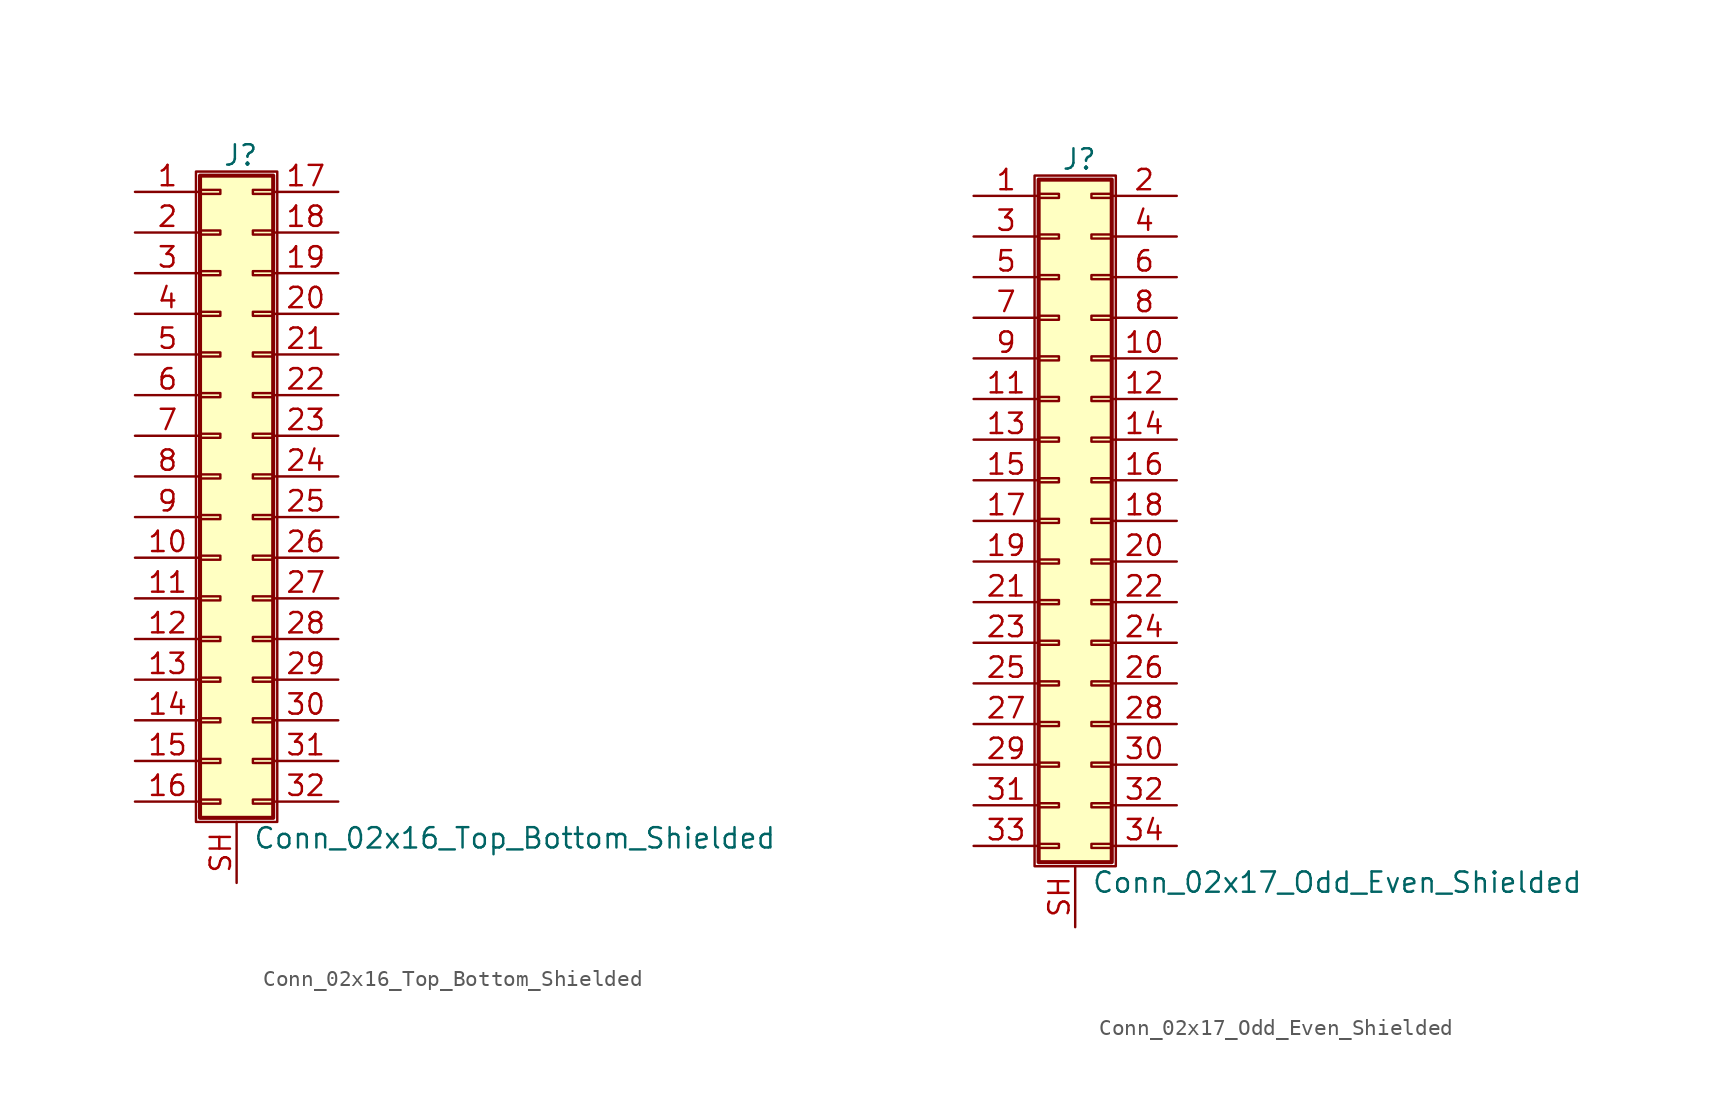
<source format=kicad_sym>
(kicad_symbol_lib
  (version 20220914)
  (generator kicad_symbol_editor)
  (symbol "Conn_02x16_Top_Bottom_Shielded"
    (pin_names
      (offset 1.016) hide)
    (property "Reference" "J"
      (at 1.524 20.066 0)
      (effects (font (size 1.27 1.27))))
    (property "Value" "Conn_02x16_Top_Bottom_Shielded"
      (at 2.286 -22.606 0)
      (effects (font (size 1.27 1.27)) (justify left)))
    (symbol "Conn_02x16_Top_Bottom_Shielded_1_1"
      (rectangle (start -1.27 19.05) (end 3.81 -21.59) (stroke (width 0.152) (type default)) (fill (type none)))
      (rectangle (start -1.016 -20.193) (end 0.254 -20.447) (stroke (width 0.152) (type default)) (fill (type none)))
      (rectangle (start -1.016 -17.653) (end 0.254 -17.907) (stroke (width 0.152) (type default)) (fill (type none)))
      (rectangle (start -1.016 -15.113) (end 0.254 -15.367) (stroke (width 0.152) (type default)) (fill (type none)))
      (rectangle (start -1.016 -12.573) (end 0.254 -12.827) (stroke (width 0.152) (type default)) (fill (type none)))
      (rectangle (start -1.016 -10.033) (end 0.254 -10.287) (stroke (width 0.152) (type default)) (fill (type none)))
      (rectangle (start -1.016 -7.493) (end 0.254 -7.747) (stroke (width 0.152) (type default)) (fill (type none)))
      (rectangle (start -1.016 -4.953) (end 0.254 -5.207) (stroke (width 0.152) (type default)) (fill (type none)))
      (rectangle (start -1.016 -2.413) (end 0.254 -2.667) (stroke (width 0.152) (type default)) (fill (type none)))
      (rectangle (start -1.016 0.127) (end 0.254 -0.127) (stroke (width 0.152) (type default)) (fill (type none)))
      (rectangle (start -1.016 2.667) (end 0.254 2.413) (stroke (width 0.152) (type default)) (fill (type none)))
      (rectangle (start -1.016 5.207) (end 0.254 4.953) (stroke (width 0.152) (type default)) (fill (type none)))
      (rectangle (start -1.016 7.747) (end 0.254 7.493) (stroke (width 0.152) (type default)) (fill (type none)))
      (rectangle (start -1.016 10.287) (end 0.254 10.033) (stroke (width 0.152) (type default)) (fill (type none)))
      (rectangle (start -1.016 12.827) (end 0.254 12.573) (stroke (width 0.152) (type default)) (fill (type none)))
      (rectangle (start -1.016 15.367) (end 0.254 15.113) (stroke (width 0.152) (type default)) (fill (type none)))
      (rectangle (start -1.016 17.907) (end 0.254 17.653) (stroke (width 0.152) (type default)) (fill (type none)))
      (rectangle (start -1.016 18.796) (end 3.556 -21.336) (stroke (width 0.254) (type default)) (fill (type background)))
      (rectangle (start 3.556 -20.193) (end 2.286 -20.447) (stroke (width 0.152) (type default)) (fill (type none)))
      (rectangle (start 3.556 -17.653) (end 2.286 -17.907) (stroke (width 0.152) (type default)) (fill (type none)))
      (rectangle (start 3.556 -15.113) (end 2.286 -15.367) (stroke (width 0.152) (type default)) (fill (type none)))
      (rectangle (start 3.556 -12.573) (end 2.286 -12.827) (stroke (width 0.152) (type default)) (fill (type none)))
      (rectangle (start 3.556 -10.033) (end 2.286 -10.287) (stroke (width 0.152) (type default)) (fill (type none)))
      (rectangle (start 3.556 -7.493) (end 2.286 -7.747) (stroke (width 0.152) (type default)) (fill (type none)))
      (rectangle (start 3.556 -4.953) (end 2.286 -5.207) (stroke (width 0.152) (type default)) (fill (type none)))
      (rectangle (start 3.556 -2.413) (end 2.286 -2.667) (stroke (width 0.152) (type default)) (fill (type none)))
      (rectangle (start 3.556 0.127) (end 2.286 -0.127) (stroke (width 0.152) (type default)) (fill (type none)))
      (rectangle (start 3.556 2.667) (end 2.286 2.413) (stroke (width 0.152) (type default)) (fill (type none)))
      (rectangle (start 3.556 5.207) (end 2.286 4.953) (stroke (width 0.152) (type default)) (fill (type none)))
      (rectangle (start 3.556 7.747) (end 2.286 7.493) (stroke (width 0.152) (type default)) (fill (type none)))
      (rectangle (start 3.556 10.287) (end 2.286 10.033) (stroke (width 0.152) (type default)) (fill (type none)))
      (rectangle (start 3.556 12.827) (end 2.286 12.573) (stroke (width 0.152) (type default)) (fill (type none)))
      (rectangle (start 3.556 15.367) (end 2.286 15.113) (stroke (width 0.152) (type default)) (fill (type none)))
      (rectangle (start 3.556 17.907) (end 2.286 17.653) (stroke (width 0.152) (type default)) (fill (type none)))
      (pin passive line (at -5.08 17.78 0) (length 4.064) (name "Pin_1" (effects (font (size 1.27 1.27)))) (number "1" (effects (font (size 1.27 1.27)))))
      (pin passive line (at -5.08 -5.08 0) (length 4.064) (name "Pin_10" (effects (font (size 1.27 1.27)))) (number "10" (effects (font (size 1.27 1.27)))))
      (pin passive line (at -5.08 -7.62 0) (length 4.064) (name "Pin_11" (effects (font (size 1.27 1.27)))) (number "11" (effects (font (size 1.27 1.27)))))
      (pin passive line (at -5.08 -10.16 0) (length 4.064) (name "Pin_12" (effects (font (size 1.27 1.27)))) (number "12" (effects (font (size 1.27 1.27)))))
      (pin passive line (at -5.08 -12.7 0) (length 4.064) (name "Pin_13" (effects (font (size 1.27 1.27)))) (number "13" (effects (font (size 1.27 1.27)))))
      (pin passive line (at -5.08 -15.24 0) (length 4.064) (name "Pin_14" (effects (font (size 1.27 1.27)))) (number "14" (effects (font (size 1.27 1.27)))))
      (pin passive line (at -5.08 -17.78 0) (length 4.064) (name "Pin_15" (effects (font (size 1.27 1.27)))) (number "15" (effects (font (size 1.27 1.27)))))
      (pin passive line (at -5.08 -20.32 0) (length 4.064) (name "Pin_16" (effects (font (size 1.27 1.27)))) (number "16" (effects (font (size 1.27 1.27)))))
      (pin passive line (at 7.62 17.78 180) (length 4.064) (name "Pin_17" (effects (font (size 1.27 1.27)))) (number "17" (effects (font (size 1.27 1.27)))))
      (pin passive line (at 7.62 15.24 180) (length 4.064) (name "Pin_18" (effects (font (size 1.27 1.27)))) (number "18" (effects (font (size 1.27 1.27)))))
      (pin passive line (at 7.62 12.7 180) (length 4.064) (name "Pin_19" (effects (font (size 1.27 1.27)))) (number "19" (effects (font (size 1.27 1.27)))))
      (pin passive line (at -5.08 15.24 0) (length 4.064) (name "Pin_2" (effects (font (size 1.27 1.27)))) (number "2" (effects (font (size 1.27 1.27)))))
      (pin passive line (at 7.62 10.16 180) (length 4.064) (name "Pin_20" (effects (font (size 1.27 1.27)))) (number "20" (effects (font (size 1.27 1.27)))))
      (pin passive line (at 7.62 7.62 180) (length 4.064) (name "Pin_21" (effects (font (size 1.27 1.27)))) (number "21" (effects (font (size 1.27 1.27)))))
      (pin passive line (at 7.62 5.08 180) (length 4.064) (name "Pin_22" (effects (font (size 1.27 1.27)))) (number "22" (effects (font (size 1.27 1.27)))))
      (pin passive line (at 7.62 2.54 180) (length 4.064) (name "Pin_23" (effects (font (size 1.27 1.27)))) (number "23" (effects (font (size 1.27 1.27)))))
      (pin passive line (at 7.62 0 180) (length 4.064) (name "Pin_24" (effects (font (size 1.27 1.27)))) (number "24" (effects (font (size 1.27 1.27)))))
      (pin passive line (at 7.62 -2.54 180) (length 4.064) (name "Pin_25" (effects (font (size 1.27 1.27)))) (number "25" (effects (font (size 1.27 1.27)))))
      (pin passive line (at 7.62 -5.08 180) (length 4.064) (name "Pin_26" (effects (font (size 1.27 1.27)))) (number "26" (effects (font (size 1.27 1.27)))))
      (pin passive line (at 7.62 -7.62 180) (length 4.064) (name "Pin_27" (effects (font (size 1.27 1.27)))) (number "27" (effects (font (size 1.27 1.27)))))
      (pin passive line (at 7.62 -10.16 180) (length 4.064) (name "Pin_28" (effects (font (size 1.27 1.27)))) (number "28" (effects (font (size 1.27 1.27)))))
      (pin passive line (at 7.62 -12.7 180) (length 4.064) (name "Pin_29" (effects (font (size 1.27 1.27)))) (number "29" (effects (font (size 1.27 1.27)))))
      (pin passive line (at -5.08 12.7 0) (length 4.064) (name "Pin_3" (effects (font (size 1.27 1.27)))) (number "3" (effects (font (size 1.27 1.27)))))
      (pin passive line (at 7.62 -15.24 180) (length 4.064) (name "Pin_30" (effects (font (size 1.27 1.27)))) (number "30" (effects (font (size 1.27 1.27)))))
      (pin passive line (at 7.62 -17.78 180) (length 4.064) (name "Pin_31" (effects (font (size 1.27 1.27)))) (number "31" (effects (font (size 1.27 1.27)))))
      (pin passive line (at 7.62 -20.32 180) (length 4.064) (name "Pin_32" (effects (font (size 1.27 1.27)))) (number "32" (effects (font (size 1.27 1.27)))))
      (pin passive line (at -5.08 10.16 0) (length 4.064) (name "Pin_4" (effects (font (size 1.27 1.27)))) (number "4" (effects (font (size 1.27 1.27)))))
      (pin passive line (at -5.08 7.62 0) (length 4.064) (name "Pin_5" (effects (font (size 1.27 1.27)))) (number "5" (effects (font (size 1.27 1.27)))))
      (pin passive line (at -5.08 5.08 0) (length 4.064) (name "Pin_6" (effects (font (size 1.27 1.27)))) (number "6" (effects (font (size 1.27 1.27)))))
      (pin passive line (at -5.08 2.54 0) (length 4.064) (name "Pin_7" (effects (font (size 1.27 1.27)))) (number "7" (effects (font (size 1.27 1.27)))))
      (pin passive line (at -5.08 0 0) (length 4.064) (name "Pin_8" (effects (font (size 1.27 1.27)))) (number "8" (effects (font (size 1.27 1.27)))))
      (pin passive line (at -5.08 -2.54 0) (length 4.064) (name "Pin_9" (effects (font (size 1.27 1.27)))) (number "9" (effects (font (size 1.27 1.27)))))
      (pin passive line (at 1.27 -25.4 90) (length 3.81) (name "Shield" (effects (font (size 1.27 1.27)))) (number "SH" (effects (font (size 1.27 1.27)))))))
  (symbol "Conn_02x17_Odd_Even_Shielded"
    (pin_names
      (offset 1.016) hide)
    (property "Reference" "J"
      (at 1.524 22.606 0)
      (effects (font (size 1.27 1.27))))
    (property "Value" "Conn_02x17_Odd_Even_Shielded"
      (at 2.286 -22.606 0)
      (effects (font (size 1.27 1.27)) (justify left)))
    (symbol "Conn_02x17_Odd_Even_Shielded_1_1"
      (rectangle (start -1.27 21.59) (end 3.81 -21.59) (stroke (width 0.152) (type default)) (fill (type none)))
      (rectangle (start -1.016 -20.193) (end 0.254 -20.447) (stroke (width 0.152) (type default)) (fill (type none)))
      (rectangle (start -1.016 -17.653) (end 0.254 -17.907) (stroke (width 0.152) (type default)) (fill (type none)))
      (rectangle (start -1.016 -15.113) (end 0.254 -15.367) (stroke (width 0.152) (type default)) (fill (type none)))
      (rectangle (start -1.016 -12.573) (end 0.254 -12.827) (stroke (width 0.152) (type default)) (fill (type none)))
      (rectangle (start -1.016 -10.033) (end 0.254 -10.287) (stroke (width 0.152) (type default)) (fill (type none)))
      (rectangle (start -1.016 -7.493) (end 0.254 -7.747) (stroke (width 0.152) (type default)) (fill (type none)))
      (rectangle (start -1.016 -4.953) (end 0.254 -5.207) (stroke (width 0.152) (type default)) (fill (type none)))
      (rectangle (start -1.016 -2.413) (end 0.254 -2.667) (stroke (width 0.152) (type default)) (fill (type none)))
      (rectangle (start -1.016 0.127) (end 0.254 -0.127) (stroke (width 0.152) (type default)) (fill (type none)))
      (rectangle (start -1.016 2.667) (end 0.254 2.413) (stroke (width 0.152) (type default)) (fill (type none)))
      (rectangle (start -1.016 5.207) (end 0.254 4.953) (stroke (width 0.152) (type default)) (fill (type none)))
      (rectangle (start -1.016 7.747) (end 0.254 7.493) (stroke (width 0.152) (type default)) (fill (type none)))
      (rectangle (start -1.016 10.287) (end 0.254 10.033) (stroke (width 0.152) (type default)) (fill (type none)))
      (rectangle (start -1.016 12.827) (end 0.254 12.573) (stroke (width 0.152) (type default)) (fill (type none)))
      (rectangle (start -1.016 15.367) (end 0.254 15.113) (stroke (width 0.152) (type default)) (fill (type none)))
      (rectangle (start -1.016 17.907) (end 0.254 17.653) (stroke (width 0.152) (type default)) (fill (type none)))
      (rectangle (start -1.016 20.447) (end 0.254 20.193) (stroke (width 0.152) (type default)) (fill (type none)))
      (rectangle (start -1.016 21.336) (end 3.556 -21.336) (stroke (width 0.254) (type default)) (fill (type background)))
      (rectangle (start 3.556 -20.193) (end 2.286 -20.447) (stroke (width 0.152) (type default)) (fill (type none)))
      (rectangle (start 3.556 -17.653) (end 2.286 -17.907) (stroke (width 0.152) (type default)) (fill (type none)))
      (rectangle (start 3.556 -15.113) (end 2.286 -15.367) (stroke (width 0.152) (type default)) (fill (type none)))
      (rectangle (start 3.556 -12.573) (end 2.286 -12.827) (stroke (width 0.152) (type default)) (fill (type none)))
      (rectangle (start 3.556 -10.033) (end 2.286 -10.287) (stroke (width 0.152) (type default)) (fill (type none)))
      (rectangle (start 3.556 -7.493) (end 2.286 -7.747) (stroke (width 0.152) (type default)) (fill (type none)))
      (rectangle (start 3.556 -4.953) (end 2.286 -5.207) (stroke (width 0.152) (type default)) (fill (type none)))
      (rectangle (start 3.556 -2.413) (end 2.286 -2.667) (stroke (width 0.152) (type default)) (fill (type none)))
      (rectangle (start 3.556 0.127) (end 2.286 -0.127) (stroke (width 0.152) (type default)) (fill (type none)))
      (rectangle (start 3.556 2.667) (end 2.286 2.413) (stroke (width 0.152) (type default)) (fill (type none)))
      (rectangle (start 3.556 5.207) (end 2.286 4.953) (stroke (width 0.152) (type default)) (fill (type none)))
      (rectangle (start 3.556 7.747) (end 2.286 7.493) (stroke (width 0.152) (type default)) (fill (type none)))
      (rectangle (start 3.556 10.287) (end 2.286 10.033) (stroke (width 0.152) (type default)) (fill (type none)))
      (rectangle (start 3.556 12.827) (end 2.286 12.573) (stroke (width 0.152) (type default)) (fill (type none)))
      (rectangle (start 3.556 15.367) (end 2.286 15.113) (stroke (width 0.152) (type default)) (fill (type none)))
      (rectangle (start 3.556 17.907) (end 2.286 17.653) (stroke (width 0.152) (type default)) (fill (type none)))
      (rectangle (start 3.556 20.447) (end 2.286 20.193) (stroke (width 0.152) (type default)) (fill (type none)))
      (pin passive line (at -5.08 20.32 0) (length 4.064) (name "Pin_1" (effects (font (size 1.27 1.27)))) (number "1" (effects (font (size 1.27 1.27)))))
      (pin passive line (at 7.62 10.16 180) (length 4.064) (name "Pin_10" (effects (font (size 1.27 1.27)))) (number "10" (effects (font (size 1.27 1.27)))))
      (pin passive line (at -5.08 7.62 0) (length 4.064) (name "Pin_11" (effects (font (size 1.27 1.27)))) (number "11" (effects (font (size 1.27 1.27)))))
      (pin passive line (at 7.62 7.62 180) (length 4.064) (name "Pin_12" (effects (font (size 1.27 1.27)))) (number "12" (effects (font (size 1.27 1.27)))))
      (pin passive line (at -5.08 5.08 0) (length 4.064) (name "Pin_13" (effects (font (size 1.27 1.27)))) (number "13" (effects (font (size 1.27 1.27)))))
      (pin passive line (at 7.62 5.08 180) (length 4.064) (name "Pin_14" (effects (font (size 1.27 1.27)))) (number "14" (effects (font (size 1.27 1.27)))))
      (pin passive line (at -5.08 2.54 0) (length 4.064) (name "Pin_15" (effects (font (size 1.27 1.27)))) (number "15" (effects (font (size 1.27 1.27)))))
      (pin passive line (at 7.62 2.54 180) (length 4.064) (name "Pin_16" (effects (font (size 1.27 1.27)))) (number "16" (effects (font (size 1.27 1.27)))))
      (pin passive line (at -5.08 0 0) (length 4.064) (name "Pin_17" (effects (font (size 1.27 1.27)))) (number "17" (effects (font (size 1.27 1.27)))))
      (pin passive line (at 7.62 0 180) (length 4.064) (name "Pin_18" (effects (font (size 1.27 1.27)))) (number "18" (effects (font (size 1.27 1.27)))))
      (pin passive line (at -5.08 -2.54 0) (length 4.064) (name "Pin_19" (effects (font (size 1.27 1.27)))) (number "19" (effects (font (size 1.27 1.27)))))
      (pin passive line (at 7.62 20.32 180) (length 4.064) (name "Pin_2" (effects (font (size 1.27 1.27)))) (number "2" (effects (font (size 1.27 1.27)))))
      (pin passive line (at 7.62 -2.54 180) (length 4.064) (name "Pin_20" (effects (font (size 1.27 1.27)))) (number "20" (effects (font (size 1.27 1.27)))))
      (pin passive line (at -5.08 -5.08 0) (length 4.064) (name "Pin_21" (effects (font (size 1.27 1.27)))) (number "21" (effects (font (size 1.27 1.27)))))
      (pin passive line (at 7.62 -5.08 180) (length 4.064) (name "Pin_22" (effects (font (size 1.27 1.27)))) (number "22" (effects (font (size 1.27 1.27)))))
      (pin passive line (at -5.08 -7.62 0) (length 4.064) (name "Pin_23" (effects (font (size 1.27 1.27)))) (number "23" (effects (font (size 1.27 1.27)))))
      (pin passive line (at 7.62 -7.62 180) (length 4.064) (name "Pin_24" (effects (font (size 1.27 1.27)))) (number "24" (effects (font (size 1.27 1.27)))))
      (pin passive line (at -5.08 -10.16 0) (length 4.064) (name "Pin_25" (effects (font (size 1.27 1.27)))) (number "25" (effects (font (size 1.27 1.27)))))
      (pin passive line (at 7.62 -10.16 180) (length 4.064) (name "Pin_26" (effects (font (size 1.27 1.27)))) (number "26" (effects (font (size 1.27 1.27)))))
      (pin passive line (at -5.08 -12.7 0) (length 4.064) (name "Pin_27" (effects (font (size 1.27 1.27)))) (number "27" (effects (font (size 1.27 1.27)))))
      (pin passive line (at 7.62 -12.7 180) (length 4.064) (name "Pin_28" (effects (font (size 1.27 1.27)))) (number "28" (effects (font (size 1.27 1.27)))))
      (pin passive line (at -5.08 -15.24 0) (length 4.064) (name "Pin_29" (effects (font (size 1.27 1.27)))) (number "29" (effects (font (size 1.27 1.27)))))
      (pin passive line (at -5.08 17.78 0) (length 4.064) (name "Pin_3" (effects (font (size 1.27 1.27)))) (number "3" (effects (font (size 1.27 1.27)))))
      (pin passive line (at 7.62 -15.24 180) (length 4.064) (name "Pin_30" (effects (font (size 1.27 1.27)))) (number "30" (effects (font (size 1.27 1.27)))))
      (pin passive line (at -5.08 -17.78 0) (length 4.064) (name "Pin_31" (effects (font (size 1.27 1.27)))) (number "31" (effects (font (size 1.27 1.27)))))
      (pin passive line (at 7.62 -17.78 180) (length 4.064) (name "Pin_32" (effects (font (size 1.27 1.27)))) (number "32" (effects (font (size 1.27 1.27)))))
      (pin passive line (at -5.08 -20.32 0) (length 4.064) (name "Pin_33" (effects (font (size 1.27 1.27)))) (number "33" (effects (font (size 1.27 1.27)))))
      (pin passive line (at 7.62 -20.32 180) (length 4.064) (name "Pin_34" (effects (font (size 1.27 1.27)))) (number "34" (effects (font (size 1.27 1.27)))))
      (pin passive line (at 7.62 17.78 180) (length 4.064) (name "Pin_4" (effects (font (size 1.27 1.27)))) (number "4" (effects (font (size 1.27 1.27)))))
      (pin passive line (at -5.08 15.24 0) (length 4.064) (name "Pin_5" (effects (font (size 1.27 1.27)))) (number "5" (effects (font (size 1.27 1.27)))))
      (pin passive line (at 7.62 15.24 180) (length 4.064) (name "Pin_6" (effects (font (size 1.27 1.27)))) (number "6" (effects (font (size 1.27 1.27)))))
      (pin passive line (at -5.08 12.7 0) (length 4.064) (name "Pin_7" (effects (font (size 1.27 1.27)))) (number "7" (effects (font (size 1.27 1.27)))))
      (pin passive line (at 7.62 12.7 180) (length 4.064) (name "Pin_8" (effects (font (size 1.27 1.27)))) (number "8" (effects (font (size 1.27 1.27)))))
      (pin passive line (at -5.08 10.16 0) (length 4.064) (name "Pin_9" (effects (font (size 1.27 1.27)))) (number "9" (effects (font (size 1.27 1.27)))))
      (pin passive line (at 1.27 -25.4 90) (length 3.81) (name "Shield" (effects (font (size 1.27 1.27)))) (number "SH" (effects (font (size 1.27 1.27))))))))
</source>
